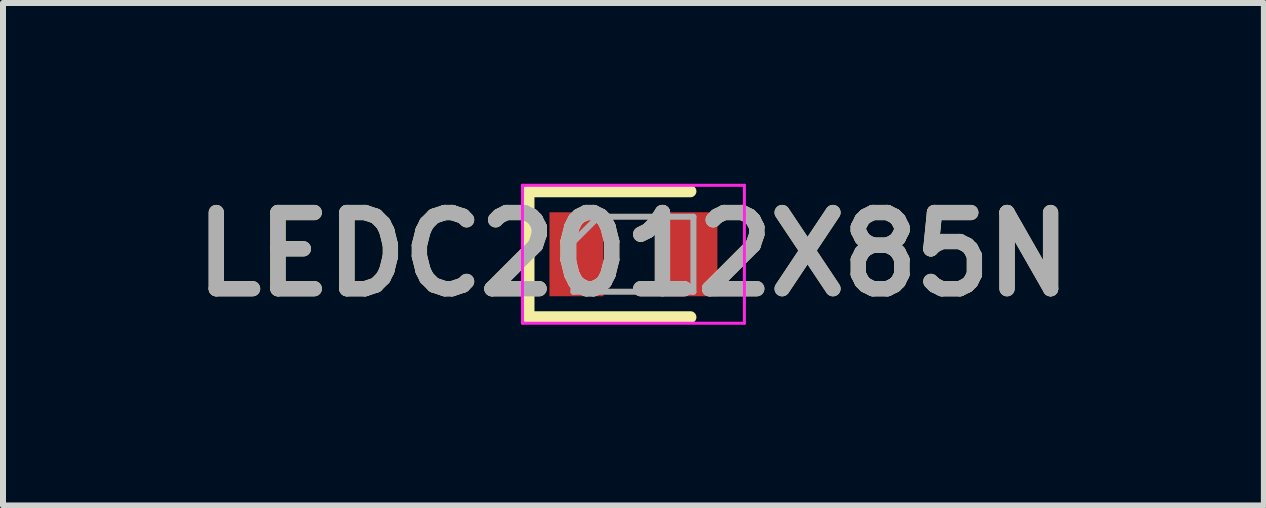
<source format=kicad_pcb>
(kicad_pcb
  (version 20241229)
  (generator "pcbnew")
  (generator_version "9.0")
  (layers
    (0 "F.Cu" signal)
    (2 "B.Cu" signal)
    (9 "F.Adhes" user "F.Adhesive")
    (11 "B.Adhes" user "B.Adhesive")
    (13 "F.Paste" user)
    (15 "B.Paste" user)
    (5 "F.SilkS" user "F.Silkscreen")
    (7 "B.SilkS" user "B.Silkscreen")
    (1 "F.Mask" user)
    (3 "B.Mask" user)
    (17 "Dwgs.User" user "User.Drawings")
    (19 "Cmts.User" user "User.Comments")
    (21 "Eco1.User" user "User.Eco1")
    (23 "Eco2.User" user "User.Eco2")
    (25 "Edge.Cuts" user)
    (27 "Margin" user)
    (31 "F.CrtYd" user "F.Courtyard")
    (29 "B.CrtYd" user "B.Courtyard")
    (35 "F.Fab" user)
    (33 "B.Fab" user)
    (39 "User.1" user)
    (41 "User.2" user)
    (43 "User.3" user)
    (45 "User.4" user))
  (footprint "LEDC2012X85N"
    (layer "F.Cu")
    (at 7.511 1.189)
    (property "Reference" "LEDC2012X85N" (at 0 0 0) (layer "F.SilkS") (effects (font (size 1.27 1.27) (thickness 0.254))))
    (attr smd)
    (fp_line (start -1.75 -1.05) (end -1.75 1.05) (stroke (width 0.2) (type solid)) (layer "F.SilkS"))
    (fp_line (start -1.75 1.05) (end 0.95 1.05) (stroke (width 0.2) (type solid)) (layer "F.SilkS"))
    (fp_line (start 0.95 -1.05) (end -1.75 -1.05) (stroke (width 0.2) (type solid)) (layer "F.SilkS"))
    (fp_line (start -1.85 -1.15) (end 1.85 -1.15) (stroke (width 0.05) (type solid)) (layer "F.CrtYd"))
    (fp_line (start -1.85 1.15) (end -1.85 -1.15) (stroke (width 0.05) (type solid)) (layer "F.CrtYd"))
    (fp_line (start 1.85 -1.15) (end 1.85 1.15) (stroke (width 0.05) (type solid)) (layer "F.CrtYd"))
    (fp_line (start 1.85 1.15) (end -1.85 1.15) (stroke (width 0.05) (type solid)) (layer "F.CrtYd"))
    (fp_line (start -1 -0.625) (end 1 -0.625) (stroke (width 0.1) (type solid)) (layer "F.Fab"))
    (fp_line (start -1 -0.208) (end -0.583 -0.625) (stroke (width 0.1) (type solid)) (layer "F.Fab"))
    (fp_line (start -1 0.625) (end -1 -0.625) (stroke (width 0.1) (type solid)) (layer "F.Fab"))
    (fp_line (start 1 -0.625) (end 1 0.625) (stroke (width 0.1) (type solid)) (layer "F.Fab"))
    (fp_line (start 1 0.625) (end -1 0.625) (stroke (width 0.1) (type solid)) (layer "F.Fab"))
    (fp_text user "${REFERENCE}" (at 0 0 0) (layer "F.Fab") (effects (font (size 1.27 1.27) (thickness 0.254))))
    (pad "1" smd rect (at -0.95 0) (size 0.9 1.4) (layers "F.Cu" "F.Mask" "F.Paste"))
    (pad "2" smd rect (at 0.95 0) (size 0.9 1.4) (layers "F.Cu" "F.Mask" "F.Paste")))
  (gr_rect
    (start -3 -3)
    (end 18.022 5.377)
    (stroke (width 0.1) (type default))
    (fill no)
    (layer "Edge.Cuts")))
</source>
